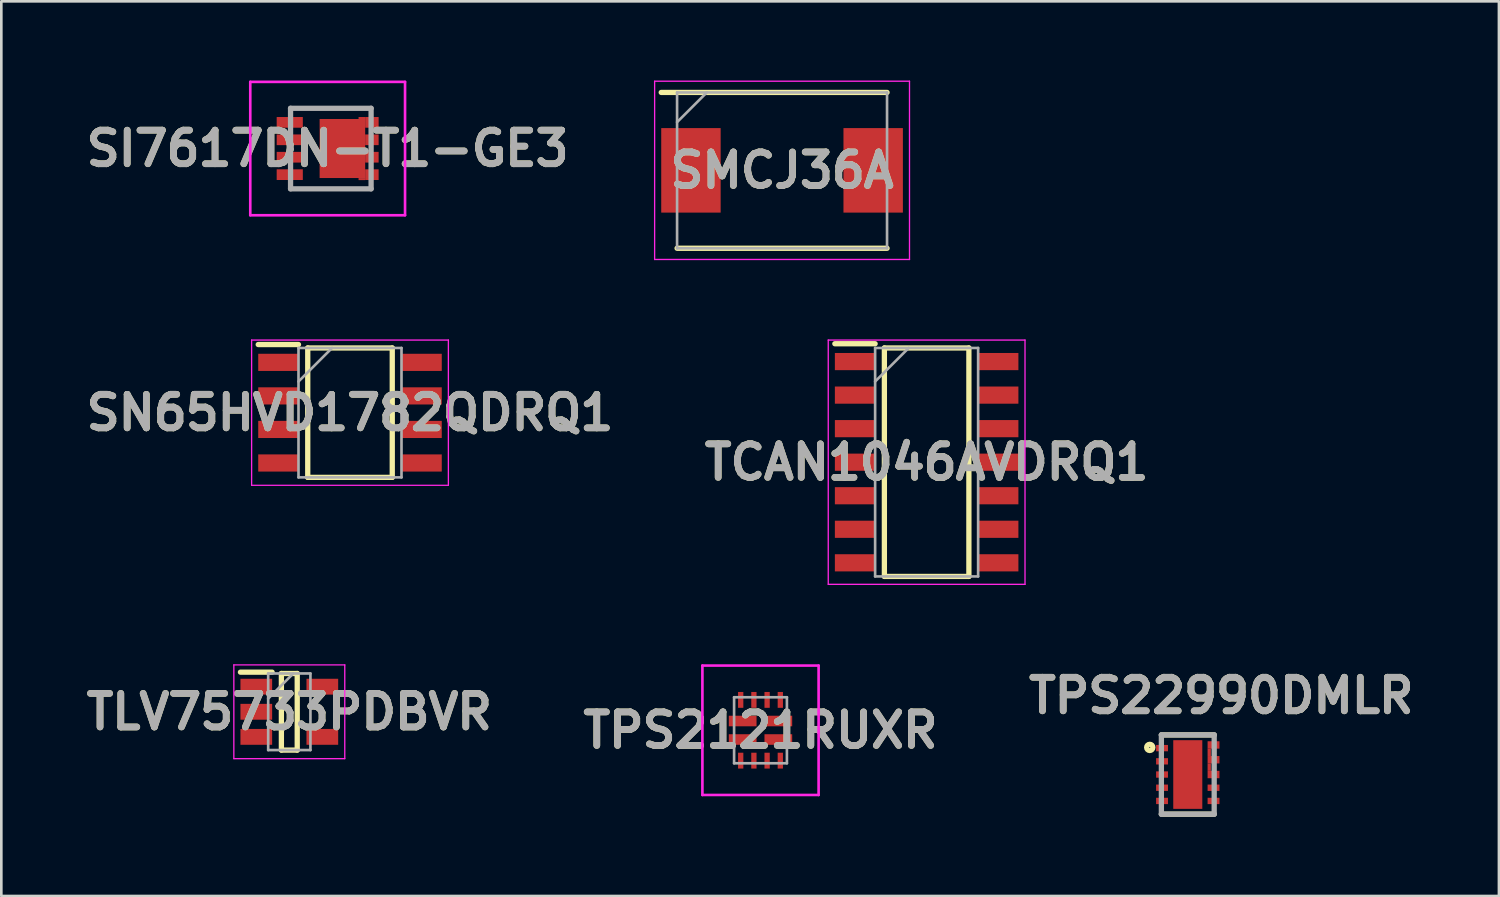
<source format=kicad_pcb>
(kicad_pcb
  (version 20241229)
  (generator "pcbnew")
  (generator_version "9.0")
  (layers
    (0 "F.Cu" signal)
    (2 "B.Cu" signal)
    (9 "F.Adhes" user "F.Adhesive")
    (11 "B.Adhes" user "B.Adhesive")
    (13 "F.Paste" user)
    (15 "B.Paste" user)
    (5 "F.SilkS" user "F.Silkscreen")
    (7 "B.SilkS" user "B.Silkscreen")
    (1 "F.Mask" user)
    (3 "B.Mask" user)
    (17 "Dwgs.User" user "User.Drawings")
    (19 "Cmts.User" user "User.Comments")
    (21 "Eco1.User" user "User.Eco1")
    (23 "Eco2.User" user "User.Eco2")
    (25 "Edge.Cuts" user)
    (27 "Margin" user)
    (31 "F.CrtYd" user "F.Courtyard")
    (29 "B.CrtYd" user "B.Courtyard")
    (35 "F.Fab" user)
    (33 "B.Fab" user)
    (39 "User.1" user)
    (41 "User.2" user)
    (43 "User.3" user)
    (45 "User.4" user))
  (footprint "TCAN1046AVDRQ1"
    (layer "F.Cu")
    (at 32.035 14.45)
    (property "Reference" "TCAN1046AVDRQ1" (at 0 0 0) (layer "F.SilkS") (effects (font (size 1.27 1.27) (thickness 0.254))))
    (attr smd)
    (fp_line (start -3.475 -4.485) (end -1.95 -4.485) (stroke (width 0.2) (type solid)) (layer "F.SilkS"))
    (fp_line (start -1.6 -4.325) (end 1.6 -4.325) (stroke (width 0.2) (type solid)) (layer "F.SilkS"))
    (fp_line (start -1.6 4.325) (end -1.6 -4.325) (stroke (width 0.2) (type solid)) (layer "F.SilkS"))
    (fp_line (start 1.6 -4.325) (end 1.6 4.325) (stroke (width 0.2) (type solid)) (layer "F.SilkS"))
    (fp_line (start 1.6 4.325) (end -1.6 4.325) (stroke (width 0.2) (type solid)) (layer "F.SilkS"))
    (fp_line (start -3.725 -4.625) (end 3.725 -4.625) (stroke (width 0.05) (type solid)) (layer "F.CrtYd"))
    (fp_line (start -3.725 4.625) (end -3.725 -4.625) (stroke (width 0.05) (type solid)) (layer "F.CrtYd"))
    (fp_line (start 3.725 -4.625) (end 3.725 4.625) (stroke (width 0.05) (type solid)) (layer "F.CrtYd"))
    (fp_line (start 3.725 4.625) (end -3.725 4.625) (stroke (width 0.05) (type solid)) (layer "F.CrtYd"))
    (fp_line (start -1.95 -4.325) (end 1.95 -4.325) (stroke (width 0.1) (type solid)) (layer "F.Fab"))
    (fp_line (start -1.95 -3.055) (end -0.68 -4.325) (stroke (width 0.1) (type solid)) (layer "F.Fab"))
    (fp_line (start -1.95 4.325) (end -1.95 -4.325) (stroke (width 0.1) (type solid)) (layer "F.Fab"))
    (fp_line (start 1.95 -4.325) (end 1.95 4.325) (stroke (width 0.1) (type solid)) (layer "F.Fab"))
    (fp_line (start 1.95 4.325) (end -1.95 4.325) (stroke (width 0.1) (type solid)) (layer "F.Fab"))
    (fp_text user "${REFERENCE}" (at 0 0 0) (layer "F.Fab") (effects (font (size 1.27 1.27) (thickness 0.254))))
    (pad "1" smd rect (at -2.712 -3.81 90) (size 0.65 1.525) (layers "F.Cu" "F.Mask" "F.Paste"))
    (pad "2" smd rect (at -2.712 -2.54 90) (size 0.65 1.525) (layers "F.Cu" "F.Mask" "F.Paste"))
    (pad "3" smd rect (at -2.712 -1.27 90) (size 0.65 1.525) (layers "F.Cu" "F.Mask" "F.Paste"))
    (pad "4" smd rect (at -2.712 0 90) (size 0.65 1.525) (layers "F.Cu" "F.Mask" "F.Paste"))
    (pad "5" smd rect (at -2.712 1.27 90) (size 0.65 1.525) (layers "F.Cu" "F.Mask" "F.Paste"))
    (pad "6" smd rect (at -2.712 2.54 90) (size 0.65 1.525) (layers "F.Cu" "F.Mask" "F.Paste"))
    (pad "7" smd rect (at -2.712 3.81 90) (size 0.65 1.525) (layers "F.Cu" "F.Mask" "F.Paste"))
    (pad "8" smd rect (at 2.712 3.81 90) (size 0.65 1.525) (layers "F.Cu" "F.Mask" "F.Paste"))
    (pad "9" smd rect (at 2.712 2.54 90) (size 0.65 1.525) (layers "F.Cu" "F.Mask" "F.Paste"))
    (pad "10" smd rect (at 2.712 1.27 90) (size 0.65 1.525) (layers "F.Cu" "F.Mask" "F.Paste"))
    (pad "11" smd rect (at 2.712 0 90) (size 0.65 1.525) (layers "F.Cu" "F.Mask" "F.Paste"))
    (pad "12" smd rect (at 2.712 -1.27 90) (size 0.65 1.525) (layers "F.Cu" "F.Mask" "F.Paste"))
    (pad "13" smd rect (at 2.712 -2.54 90) (size 0.65 1.525) (layers "F.Cu" "F.Mask" "F.Paste"))
    (pad "14" smd rect (at 2.712 -3.81 90) (size 0.65 1.525) (layers "F.Cu" "F.Mask" "F.Paste")))
  (footprint "SMCJ36A"
    (layer "F.Cu")
    (at 26.561 3.4)
    (property "Reference" "SMCJ36A" (at 0 0 0) (layer "F.SilkS") (effects (font (size 1.27 1.27) (thickness 0.254))))
    (attr smd)
    (fp_line (start -3.975 2.95) (end 3.975 2.95) (stroke (width 0.2) (type solid)) (layer "F.SilkS"))
    (fp_line (start 3.975 -2.95) (end -4.575 -2.95) (stroke (width 0.2) (type solid)) (layer "F.SilkS"))
    (fp_line (start -4.825 -3.375) (end 4.825 -3.375) (stroke (width 0.05) (type solid)) (layer "F.CrtYd"))
    (fp_line (start -4.825 3.375) (end -4.825 -3.375) (stroke (width 0.05) (type solid)) (layer "F.CrtYd"))
    (fp_line (start 4.825 -3.375) (end 4.825 3.375) (stroke (width 0.05) (type solid)) (layer "F.CrtYd"))
    (fp_line (start 4.825 3.375) (end -4.825 3.375) (stroke (width 0.05) (type solid)) (layer "F.CrtYd"))
    (fp_line (start -3.975 -2.95) (end 3.975 -2.95) (stroke (width 0.1) (type solid)) (layer "F.Fab"))
    (fp_line (start -3.975 -1.825) (end -2.85 -2.95) (stroke (width 0.1) (type solid)) (layer "F.Fab"))
    (fp_line (start -3.975 2.95) (end -3.975 -2.95) (stroke (width 0.1) (type solid)) (layer "F.Fab"))
    (fp_line (start 3.975 -2.95) (end 3.975 2.95) (stroke (width 0.1) (type solid)) (layer "F.Fab"))
    (fp_line (start 3.975 2.95) (end -3.975 2.95) (stroke (width 0.1) (type solid)) (layer "F.Fab"))
    (fp_text user "${REFERENCE}" (at 0 0 0) (layer "F.Fab") (effects (font (size 1.27 1.27) (thickness 0.254))))
    (pad "1" smd rect (at -3.45 0) (size 2.25 3.2) (layers "F.Cu" "F.Mask" "F.Paste"))
    (pad "2" smd rect (at 3.45 0) (size 2.25 3.2) (layers "F.Cu" "F.Mask" "F.Paste")))
  (footprint "SN65HVD1782QDRQ1"
    (layer "F.Cu")
    (at 10.202 12.575)
    (property "Reference" "SN65HVD1782QDRQ1" (at 0 0 0) (layer "F.SilkS") (effects (font (size 1.27 1.27) (thickness 0.254))))
    (attr smd)
    (fp_line (start -3.475 -2.58) (end -1.95 -2.58) (stroke (width 0.2) (type solid)) (layer "F.SilkS"))
    (fp_line (start -1.6 -2.45) (end 1.6 -2.45) (stroke (width 0.2) (type solid)) (layer "F.SilkS"))
    (fp_line (start -1.6 2.45) (end -1.6 -2.45) (stroke (width 0.2) (type solid)) (layer "F.SilkS"))
    (fp_line (start 1.6 -2.45) (end 1.6 2.45) (stroke (width 0.2) (type solid)) (layer "F.SilkS"))
    (fp_line (start 1.6 2.45) (end -1.6 2.45) (stroke (width 0.2) (type solid)) (layer "F.SilkS"))
    (fp_line (start -3.725 -2.75) (end 3.725 -2.75) (stroke (width 0.05) (type solid)) (layer "F.CrtYd"))
    (fp_line (start -3.725 2.75) (end -3.725 -2.75) (stroke (width 0.05) (type solid)) (layer "F.CrtYd"))
    (fp_line (start 3.725 -2.75) (end 3.725 2.75) (stroke (width 0.05) (type solid)) (layer "F.CrtYd"))
    (fp_line (start 3.725 2.75) (end -3.725 2.75) (stroke (width 0.05) (type solid)) (layer "F.CrtYd"))
    (fp_line (start -1.95 -2.45) (end 1.95 -2.45) (stroke (width 0.1) (type solid)) (layer "F.Fab"))
    (fp_line (start -1.95 -1.18) (end -0.68 -2.45) (stroke (width 0.1) (type solid)) (layer "F.Fab"))
    (fp_line (start -1.95 2.45) (end -1.95 -2.45) (stroke (width 0.1) (type solid)) (layer "F.Fab"))
    (fp_line (start 1.95 -2.45) (end 1.95 2.45) (stroke (width 0.1) (type solid)) (layer "F.Fab"))
    (fp_line (start 1.95 2.45) (end -1.95 2.45) (stroke (width 0.1) (type solid)) (layer "F.Fab"))
    (fp_text user "${REFERENCE}" (at 0 0 0) (layer "F.Fab") (effects (font (size 1.27 1.27) (thickness 0.254))))
    (pad "1" smd rect (at -2.712 -1.905 90) (size 0.65 1.525) (layers "F.Cu" "F.Mask" "F.Paste"))
    (pad "2" smd rect (at -2.712 -0.635 90) (size 0.65 1.525) (layers "F.Cu" "F.Mask" "F.Paste"))
    (pad "3" smd rect (at -2.712 0.635 90) (size 0.65 1.525) (layers "F.Cu" "F.Mask" "F.Paste"))
    (pad "4" smd rect (at -2.712 1.905 90) (size 0.65 1.525) (layers "F.Cu" "F.Mask" "F.Paste"))
    (pad "5" smd rect (at 2.712 1.905 90) (size 0.65 1.525) (layers "F.Cu" "F.Mask" "F.Paste"))
    (pad "6" smd rect (at 2.712 0.635 90) (size 0.65 1.525) (layers "F.Cu" "F.Mask" "F.Paste"))
    (pad "7" smd rect (at 2.712 -0.635 90) (size 0.65 1.525) (layers "F.Cu" "F.Mask" "F.Paste"))
    (pad "8" smd rect (at 2.712 -1.905 90) (size 0.65 1.525) (layers "F.Cu" "F.Mask" "F.Paste")))
  (footprint "SI7617DN-T1-GE3"
    (layer "F.Cu")
    (at 9.476 2.575)
    (property "Reference" "SI7617DN-T1-GE3" (at -0.12 0 0) (layer "F.SilkS") (effects (font (size 1.27 1.27) (thickness 0.254))))
    (attr smd)
    (fp_line (start -1.525 -1.525) (end 1.555 -1.525) (stroke (width 0.1) (type solid)) (layer "F.SilkS"))
    (fp_line (start -1.5 1.525) (end 1.525 1.525) (stroke (width 0.1) (type solid)) (layer "F.SilkS"))
    (fp_line (start -3.05 -2.525) (end 2.81 -2.525) (stroke (width 0.1) (type solid)) (layer "F.CrtYd"))
    (fp_line (start -3.05 2.525) (end -3.05 -2.525) (stroke (width 0.1) (type solid)) (layer "F.CrtYd"))
    (fp_line (start 2.81 -2.525) (end 2.81 2.525) (stroke (width 0.1) (type solid)) (layer "F.CrtYd"))
    (fp_line (start 2.81 2.525) (end -3.05 2.525) (stroke (width 0.1) (type solid)) (layer "F.CrtYd"))
    (fp_line (start -1.525 -1.525) (end 1.525 -1.525) (stroke (width 0.2) (type solid)) (layer "F.Fab"))
    (fp_line (start -1.525 1.525) (end -1.525 -1.525) (stroke (width 0.2) (type solid)) (layer "F.Fab"))
    (fp_line (start 1.525 -1.525) (end 1.525 1.525) (stroke (width 0.2) (type solid)) (layer "F.Fab"))
    (fp_line (start 1.525 1.525) (end -1.525 1.525) (stroke (width 0.2) (type solid)) (layer "F.Fab"))
    (fp_text user "${REFERENCE}" (at -0.12 0 0) (layer "F.Fab") (effects (font (size 1.27 1.27) (thickness 0.254))))
    (pad "1" smd rect (at -1.555 -0.992 90) (size 0.405 0.99) (layers "F.Cu" "F.Mask" "F.Paste"))
    (pad "2" smd rect (at -1.555 -0.332 90) (size 0.405 0.99) (layers "F.Cu" "F.Mask" "F.Paste"))
    (pad "3" smd rect (at -1.555 0.328 90) (size 0.405 0.99) (layers "F.Cu" "F.Mask" "F.Paste"))
    (pad "4" smd rect (at -1.555 0.988 90) (size 0.405 0.99) (layers "F.Cu" "F.Mask" "F.Paste"))
    (pad "5" smd rect (at 1.555 0.988 90) (size 0.405 0.51) (layers "F.Cu" "F.Mask" "F.Paste"))
    (pad "6" smd rect (at 1.555 0.328 90) (size 0.405 0.51) (layers "F.Cu" "F.Mask" "F.Paste"))
    (pad "7" smd rect (at 1.555 -0.332 90) (size 0.405 0.51) (layers "F.Cu" "F.Mask" "F.Paste"))
    (pad "8" smd rect (at 1.555 -0.992 90) (size 0.405 0.51) (layers "F.Cu" "F.Mask" "F.Paste"))
    (pad "9" smd rect (at 0.438 -0.002) (size 1.725 2.235) (layers "F.Cu" "F.Mask" "F.Paste"))
    (pad "10" smd rect (at 1.175 1.156 90) (size 0.077 0.25) (layers "F.Cu" "F.Mask" "F.Paste"))
    (pad "11" smd rect (at 1.175 -1.156 90) (size 0.077 0.25) (layers "F.Cu" "F.Mask" "F.Paste")))
  (footprint "TPS2121RUXR"
    (layer "F.Cu")
    (at 25.745 24.6)
    (property "Reference" "TPS2121RUXR" (at 0 0 0) (layer "F.SilkS") (effects (font (size 1.27 1.27) (thickness 0.254))))
    (attr smd)
    (fp_line (start -1.7 -0.35) (end -1.7 -0.35) (stroke (width 0.1) (type solid)) (layer "F.SilkS"))
    (fp_line (start -1.6 -0.35) (end -1.6 -0.35) (stroke (width 0.1) (type solid)) (layer "F.SilkS"))
    (fp_arc (start -1.7 -0.35) (mid -1.65 -0.4) (end -1.6 -0.35) (stroke (width 0.1) (type solid)) (layer "F.SilkS"))
    (fp_arc (start -1.6 -0.35) (mid -1.65 -0.3) (end -1.7 -0.35) (stroke (width 0.1) (type solid)) (layer "F.SilkS"))
    (fp_line (start -2.2 -2.45) (end 2.2 -2.45) (stroke (width 0.1) (type solid)) (layer "F.CrtYd"))
    (fp_line (start -2.2 2.45) (end -2.2 -2.45) (stroke (width 0.1) (type solid)) (layer "F.CrtYd"))
    (fp_line (start 2.2 -2.45) (end 2.2 2.45) (stroke (width 0.1) (type solid)) (layer "F.CrtYd"))
    (fp_line (start 2.2 2.45) (end -2.2 2.45) (stroke (width 0.1) (type solid)) (layer "F.CrtYd"))
    (fp_line (start -1 -1.25) (end 1 -1.25) (stroke (width 0.1) (type solid)) (layer "F.Fab"))
    (fp_line (start -1 1.25) (end -1 -1.25) (stroke (width 0.1) (type solid)) (layer "F.Fab"))
    (fp_line (start 1 -1.25) (end 1 1.25) (stroke (width 0.1) (type solid)) (layer "F.Fab"))
    (fp_line (start 1 1.25) (end -1 1.25) (stroke (width 0.1) (type solid)) (layer "F.Fab"))
    (fp_text user "${REFERENCE}" (at 0 0 0) (layer "F.Fab") (effects (font (size 1.27 1.27) (thickness 0.254))))
    (pad "1" smd rect (at -0.675 -0.35 90) (size 0.4 1.05) (layers "F.Cu" "F.Mask" "F.Paste"))
    (pad "2" smd rect (at -0.675 0.35 90) (size 0.4 1.05) (layers "F.Cu" "F.Mask" "F.Paste"))
    (pad "3" smd rect (at -0.75 1.15) (size 0.2 0.6) (layers "F.Cu" "F.Mask" "F.Paste"))
    (pad "4" smd rect (at -0.25 1.15) (size 0.2 0.6) (layers "F.Cu" "F.Mask" "F.Paste"))
    (pad "5" smd rect (at 0.25 1.15) (size 0.2 0.6) (layers "F.Cu" "F.Mask" "F.Paste"))
    (pad "6" smd rect (at 0.75 1.15) (size 0.2 0.6) (layers "F.Cu" "F.Mask" "F.Paste"))
    (pad "7" smd rect (at 0.675 0.35 90) (size 0.4 1.05) (layers "F.Cu" "F.Mask" "F.Paste"))
    (pad "8" smd rect (at 0.675 -0.35 90) (size 0.4 1.05) (layers "F.Cu" "F.Mask" "F.Paste"))
    (pad "9" smd rect (at 0.75 -1.15) (size 0.2 0.6) (layers "F.Cu" "F.Mask" "F.Paste"))
    (pad "10" smd rect (at 0.25 -1.15) (size 0.2 0.6) (layers "F.Cu" "F.Mask" "F.Paste"))
    (pad "11" smd rect (at -0.25 -1.15) (size 0.2 0.6) (layers "F.Cu" "F.Mask" "F.Paste"))
    (pad "12" smd rect (at -0.75 -1.15) (size 0.2 0.6) (layers "F.Cu" "F.Mask" "F.Paste")))
  (footprint "TLV75733PDBVR"
    (layer "F.Cu")
    (at 7.904 23.9)
    (property "Reference" "TLV75733PDBVR" (at 0 0 0) (layer "F.SilkS") (effects (font (size 1.27 1.27) (thickness 0.254))))
    (attr smd)
    (fp_line (start -1.85 -1.5) (end -0.65 -1.5) (stroke (width 0.2) (type solid)) (layer "F.SilkS"))
    (fp_line (start -0.3 -1.45) (end 0.3 -1.45) (stroke (width 0.2) (type solid)) (layer "F.SilkS"))
    (fp_line (start -0.3 1.45) (end -0.3 -1.45) (stroke (width 0.2) (type solid)) (layer "F.SilkS"))
    (fp_line (start 0.3 -1.45) (end 0.3 1.45) (stroke (width 0.2) (type solid)) (layer "F.SilkS"))
    (fp_line (start 0.3 1.45) (end -0.3 1.45) (stroke (width 0.2) (type solid)) (layer "F.SilkS"))
    (fp_line (start -2.1 -1.775) (end 2.1 -1.775) (stroke (width 0.05) (type solid)) (layer "F.CrtYd"))
    (fp_line (start -2.1 1.775) (end -2.1 -1.775) (stroke (width 0.05) (type solid)) (layer "F.CrtYd"))
    (fp_line (start 2.1 -1.775) (end 2.1 1.775) (stroke (width 0.05) (type solid)) (layer "F.CrtYd"))
    (fp_line (start 2.1 1.775) (end -2.1 1.775) (stroke (width 0.05) (type solid)) (layer "F.CrtYd"))
    (fp_line (start -0.8 -1.45) (end 0.8 -1.45) (stroke (width 0.1) (type solid)) (layer "F.Fab"))
    (fp_line (start -0.8 -0.5) (end 0.15 -1.45) (stroke (width 0.1) (type solid)) (layer "F.Fab"))
    (fp_line (start -0.8 1.45) (end -0.8 -1.45) (stroke (width 0.1) (type solid)) (layer "F.Fab"))
    (fp_line (start 0.8 -1.45) (end 0.8 1.45) (stroke (width 0.1) (type solid)) (layer "F.Fab"))
    (fp_line (start 0.8 1.45) (end -0.8 1.45) (stroke (width 0.1) (type solid)) (layer "F.Fab"))
    (fp_text user "${REFERENCE}" (at 0 0 0) (layer "F.Fab") (effects (font (size 1.27 1.27) (thickness 0.254))))
    (pad "1" smd rect (at -1.25 -0.95 90) (size 0.6 1.2) (layers "F.Cu" "F.Mask" "F.Paste"))
    (pad "2" smd rect (at -1.25 0 90) (size 0.6 1.2) (layers "F.Cu" "F.Mask" "F.Paste"))
    (pad "3" smd rect (at -1.25 0.95 90) (size 0.6 1.2) (layers "F.Cu" "F.Mask" "F.Paste"))
    (pad "4" smd rect (at 1.25 0.95 90) (size 0.6 1.2) (layers "F.Cu" "F.Mask" "F.Paste"))
    (pad "5" smd rect (at 1.25 -0.95 90) (size 0.6 1.2) (layers "F.Cu" "F.Mask" "F.Paste")))
  (footprint "TPS22990DMLR"
    (layer "F.Cu")
    (at 41.923 26.276)
    (property "Reference" "TPS22990DMLR" (at 1.27 -2.987 0) (layer "F.SilkS") (effects (font (size 1.27 1.27) (thickness 0.254))))
    (attr smd)
    (fp_line (start -1 -1.5) (end 1 -1.5) (stroke (width 0.2) (type solid)) (layer "F.SilkS"))
    (fp_line (start 1 1.5) (end -1 1.5) (stroke (width 0.2) (type solid)) (layer "F.SilkS"))
    (fp_circle (center -1.44 -1.027) (end -1.44 -1.009) (stroke (width 0.2) (type solid)) (fill no) (layer "F.SilkS"))
    (fp_line (start -1 -1.5) (end 1 -1.5) (stroke (width 0.2) (type solid)) (layer "F.Fab"))
    (fp_line (start -1 1.5) (end -1 -1.5) (stroke (width 0.2) (type solid)) (layer "F.Fab"))
    (fp_line (start 1 -1.5) (end 1 1.5) (stroke (width 0.2) (type solid)) (layer "F.Fab"))
    (fp_line (start 1 1.5) (end -1 1.5) (stroke (width 0.2) (type solid)) (layer "F.Fab"))
    (fp_text user "${REFERENCE}" (at 1.27 -2.987 0) (layer "F.Fab") (effects (font (size 1.27 1.27) (thickness 0.254))))
    (pad "1" smd rect (at -0.975 -1 90) (size 0.24 0.45) (layers "F.Cu" "F.Mask" "F.Paste"))
    (pad "2" smd rect (at -0.975 -0.5 90) (size 0.24 0.45) (layers "F.Cu" "F.Mask" "F.Paste"))
    (pad "3" smd rect (at -0.975 0 90) (size 0.24 0.45) (layers "F.Cu" "F.Mask" "F.Paste"))
    (pad "4" smd rect (at -0.975 0.5 90) (size 0.24 0.45) (layers "F.Cu" "F.Mask" "F.Paste"))
    (pad "5" smd rect (at -0.975 1 90) (size 0.24 0.45) (layers "F.Cu" "F.Mask" "F.Paste"))
    (pad "6" smd rect (at 0.975 1 90) (size 0.24 0.45) (layers "F.Cu" "F.Mask" "F.Paste"))
    (pad "7" smd rect (at 0.975 0.5 90) (size 0.24 0.45) (layers "F.Cu" "F.Mask" "F.Paste"))
    (pad "8" smd rect (at 0.975 0 90) (size 0.28 0.45) (layers "F.Cu" "F.Mask" "F.Paste"))
    (pad "9" smd rect (at 0.975 -0.56 90) (size 0.28 0.45) (layers "F.Cu" "F.Mask" "F.Paste"))
    (pad "10" smd rect (at 0.975 -1.12 90) (size 0.28 0.45) (layers "F.Cu" "F.Mask" "F.Paste"))
    (pad "11" smd rect (at 0 0) (size 1.1 2.6) (layers "F.Cu" "F.Mask" "F.Paste"))
    (pad "12" smd rect (at 0.812 -0.28) (size 0.125 0.28) (layers "F.Cu" "F.Mask" "F.Paste"))
    (pad "13" smd rect (at 0.812 -0.84) (size 0.125 0.28) (layers "F.Cu" "F.Mask" "F.Paste")))
  (gr_rect
    (start -3 -3)
    (end 53.704 30.876)
    (stroke (width 0.1) (type default))
    (fill no)
    (layer "Edge.Cuts")))
</source>
